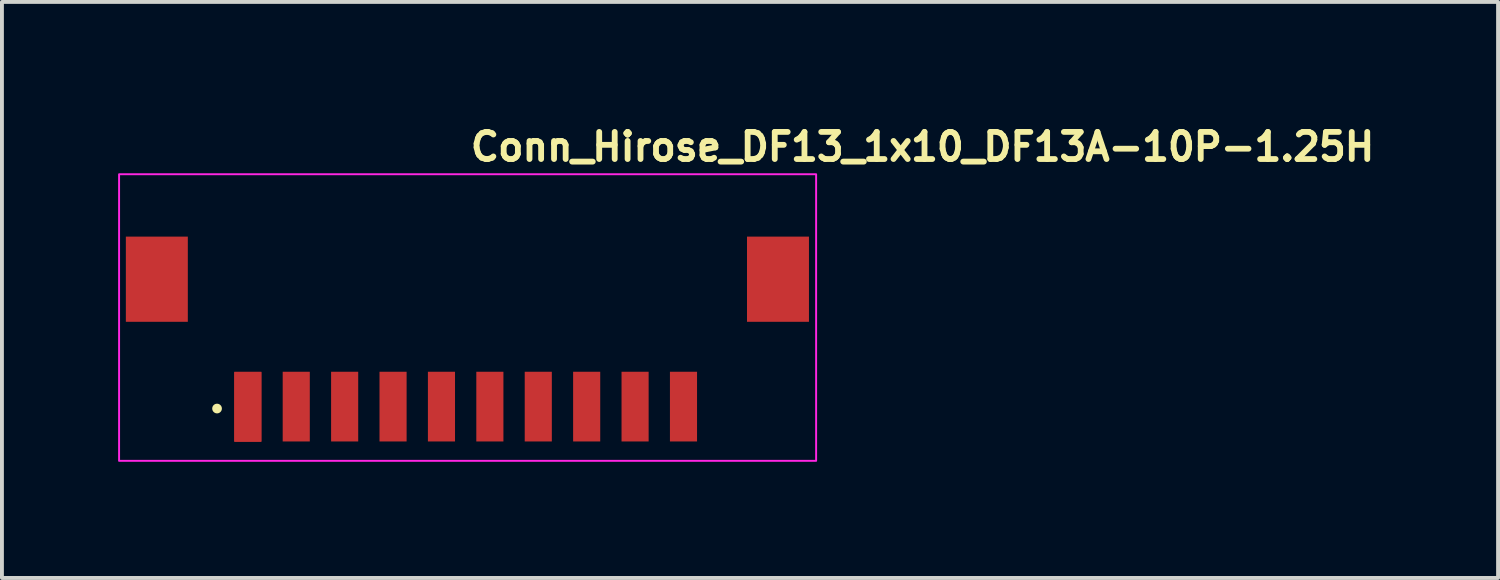
<source format=kicad_pcb>
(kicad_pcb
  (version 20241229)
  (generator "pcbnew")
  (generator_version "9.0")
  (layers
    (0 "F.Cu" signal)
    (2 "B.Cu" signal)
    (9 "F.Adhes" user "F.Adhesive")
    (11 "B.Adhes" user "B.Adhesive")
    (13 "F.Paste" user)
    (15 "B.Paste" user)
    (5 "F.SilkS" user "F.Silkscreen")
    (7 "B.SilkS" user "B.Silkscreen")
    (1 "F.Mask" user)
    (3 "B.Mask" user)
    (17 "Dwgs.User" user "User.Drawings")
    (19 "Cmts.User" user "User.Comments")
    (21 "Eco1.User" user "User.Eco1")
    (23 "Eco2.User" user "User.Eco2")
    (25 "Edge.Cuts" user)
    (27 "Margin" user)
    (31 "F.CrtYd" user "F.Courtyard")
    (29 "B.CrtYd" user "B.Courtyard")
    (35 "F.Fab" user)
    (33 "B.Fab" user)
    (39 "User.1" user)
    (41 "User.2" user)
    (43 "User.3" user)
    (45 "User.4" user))
  (footprint "Conn_Hirose_DF13_1x10_DF13A-10P-1.25H"
    (layer "F.Cu")
    (at 9.025 5.05)
    (property "Reference" "Conn_Hirose_DF13_1x10_DF13A-10P-1.25H" (at 0 -3.9 0) (layer "F.SilkS") (effects (font (size 0.7 0.7) (thickness 0.15)) (justify left bottom)))
    (attr smd)
    (fp_circle (center -6.47 2.45) (end -6.42 2.45) (stroke (width 0.15) (type solid)) (fill yes) (layer "F.SilkS"))
    (fp_rect (start -9 -3.6) (end 9 3.8) (stroke (width 0.05) (type solid)) (fill no) (layer "F.CrtYd"))
    (fp_rect (start -8.575 -3.25) (end 8.575 3.25) (stroke (width 0.1) (type solid)) (fill no) (layer "User.5"))
    (fp_line (start -8.575 -1.45) (end -8.575 -0.8) (stroke (width 0.02) (type solid)) (layer "User.9"))
    (fp_line (start -8.575 -1.45) (end -8.458 -1.45) (stroke (width 0.02) (type solid)) (layer "User.9"))
    (fp_line (start -8.575 -0.8) (end -8.458 -0.8) (stroke (width 0.02) (type solid)) (layer "User.9"))
    (fp_line (start -8.575 -0.3) (end -8.575 -0.8) (stroke (width 0.02) (type solid)) (layer "User.9"))
    (fp_line (start -8.575 -0.3) (end -8.575 0.35) (stroke (width 0.02) (type solid)) (layer "User.9"))
    (fp_line (start -8.575 -0.3) (end -8.458 -0.3) (stroke (width 0.02) (type solid)) (layer "User.9"))
    (fp_line (start -8.575 0.35) (end -8.458 0.35) (stroke (width 0.02) (type solid)) (layer "User.9"))
    (fp_line (start -8.458 -1.45) (end -8.458 -1.45) (stroke (width 0.02) (type solid)) (layer "User.9"))
    (fp_line (start -8.458 -1.45) (end -8.175 -1.45) (stroke (width 0.02) (type solid)) (layer "User.9"))
    (fp_line (start -8.458 -0.8) (end -8.458 -0.8) (stroke (width 0.02) (type solid)) (layer "User.9"))
    (fp_line (start -8.458 -0.8) (end -8.175 -0.8) (stroke (width 0.02) (type solid)) (layer "User.9"))
    (fp_line (start -8.458 -0.3) (end -8.458 -0.3) (stroke (width 0.02) (type solid)) (layer "User.9"))
    (fp_line (start -8.458 -0.3) (end -8.175 -0.3) (stroke (width 0.02) (type solid)) (layer "User.9"))
    (fp_line (start -8.458 0.35) (end -8.458 0.35) (stroke (width 0.02) (type solid)) (layer "User.9"))
    (fp_line (start -8.458 0.35) (end -8.175 0.35) (stroke (width 0.02) (type solid)) (layer "User.9"))
    (fp_line (start -8.375 -0.3) (end -8.375 -0.8) (stroke (width 0.02) (type solid)) (layer "User.9"))
    (fp_line (start -8.175 -0.8) (end -7.775 -0.8) (stroke (width 0.02) (type solid)) (layer "User.9"))
    (fp_line (start -8.175 0.35) (end -7.475 0.35) (stroke (width 0.02) (type solid)) (layer "User.9"))
    (fp_line (start -7.825 -2.25) (end -7.075 -2.25) (stroke (width 0.02) (type solid)) (layer "User.9"))
    (fp_line (start -7.825 -1.45) (end -7.825 -2.25) (stroke (width 0.02) (type solid)) (layer "User.9"))
    (fp_line (start -7.825 1.15) (end -7.825 0.35) (stroke (width 0.02) (type solid)) (layer "User.9"))
    (fp_line (start -7.825 1.15) (end -7.075 1.15) (stroke (width 0.02) (type solid)) (layer "User.9"))
    (fp_line (start -7.775 -0.8) (end -7.775 -0.3) (stroke (width 0.02) (type solid)) (layer "User.9"))
    (fp_line (start -7.775 -0.3) (end -8.175 -0.3) (stroke (width 0.02) (type solid)) (layer "User.9"))
    (fp_line (start -7.475 -1.45) (end -8.175 -1.45) (stroke (width 0.02) (type solid)) (layer "User.9"))
    (fp_line (start -7.475 -1.45) (end -7.192 -1.45) (stroke (width 0.02) (type solid)) (layer "User.9"))
    (fp_line (start -7.475 0.35) (end -7.192 0.35) (stroke (width 0.02) (type solid)) (layer "User.9"))
    (fp_line (start -7.285 -1.75) (end -7.075 -1.75) (stroke (width 0.02) (type solid)) (layer "User.9"))
    (fp_line (start -7.285 -1.45) (end -7.285 -1.75) (stroke (width 0.02) (type solid)) (layer "User.9"))
    (fp_line (start -7.285 0.65) (end -7.285 0.35) (stroke (width 0.02) (type solid)) (layer "User.9"))
    (fp_line (start -7.285 0.65) (end -7.075 0.65) (stroke (width 0.02) (type solid)) (layer "User.9"))
    (fp_line (start -7.275 -1.732) (end -7.275 -1.75) (stroke (width 0.02) (type solid)) (layer "User.9"))
    (fp_line (start -7.275 -1.732) (end -7.275 -1.55) (stroke (width 0.02) (type solid)) (layer "User.9"))
    (fp_line (start -7.275 -1.55) (end -7.075 -1.55) (stroke (width 0.02) (type solid)) (layer "User.9"))
    (fp_line (start -7.275 -1.45) (end -7.275 -1.55) (stroke (width 0.02) (type solid)) (layer "User.9"))
    (fp_line (start -7.275 0.451) (end -7.275 0.35) (stroke (width 0.02) (type solid)) (layer "User.9"))
    (fp_line (start -7.275 0.633) (end -7.275 0.451) (stroke (width 0.02) (type solid)) (layer "User.9"))
    (fp_line (start -7.275 0.65) (end -7.275 0.633) (stroke (width 0.02) (type solid)) (layer "User.9"))
    (fp_line (start -7.192 -1.45) (end -7.192 -1.45) (stroke (width 0.02) (type solid)) (layer "User.9"))
    (fp_line (start -7.192 -1.45) (end -7.075 -1.45) (stroke (width 0.02) (type solid)) (layer "User.9"))
    (fp_line (start -7.192 0.35) (end -7.192 0.35) (stroke (width 0.02) (type solid)) (layer "User.9"))
    (fp_line (start -7.192 0.35) (end -7.075 0.35) (stroke (width 0.02) (type solid)) (layer "User.9"))
    (fp_line (start -7.075 -3.25) (end -6.1 -3.25) (stroke (width 0.02) (type solid)) (layer "User.9"))
    (fp_line (start -7.075 0.451) (end -7.275 0.451) (stroke (width 0.02) (type solid)) (layer "User.9"))
    (fp_line (start -7.075 1.75) (end -7.075 -3.25) (stroke (width 0.02) (type solid)) (layer "User.9"))
    (fp_line (start -6.1 -3.25) (end -6.1 1.75) (stroke (width 0.02) (type solid)) (layer "User.9"))
    (fp_line (start -6.1 0.85) (end 6.1 0.85) (stroke (width 0.02) (type solid)) (layer "User.9"))
    (fp_line (start -6.1 1.75) (end -7.075 1.75) (stroke (width 0.02) (type solid)) (layer "User.9"))
    (fp_line (start -6.1 1.75) (end -5.8 1.75) (stroke (width 0.02) (type solid)) (layer "User.9"))
    (fp_line (start -5.8 -2.35) (end -5.8 -1.45) (stroke (width 0.02) (type solid)) (layer "User.9"))
    (fp_line (start -5.8 -2.35) (end -5.725 -2.65) (stroke (width 0.02) (type solid)) (layer "User.9"))
    (fp_line (start -5.8 -2.35) (end -5.45 -2.35) (stroke (width 0.02) (type solid)) (layer "User.9"))
    (fp_line (start -5.8 1.05) (end -5.8 1.2) (stroke (width 0.02) (type solid)) (layer "User.9"))
    (fp_line (start -5.8 1.05) (end -5.45 1.05) (stroke (width 0.02) (type solid)) (layer "User.9"))
    (fp_line (start -5.8 1.3) (end -5.45 1.3) (stroke (width 0.02) (type solid)) (layer "User.9"))
    (fp_line (start -5.8 1.303) (end -5.8 1.05) (stroke (width 0.02) (type solid)) (layer "User.9"))
    (fp_line (start -5.8 1.303) (end -5.8 1.45) (stroke (width 0.02) (type solid)) (layer "User.9"))
    (fp_line (start -5.8 1.45) (end -5.8 1.45) (stroke (width 0.02) (type solid)) (layer "User.9"))
    (fp_line (start -5.8 1.45) (end -5.8 1.75) (stroke (width 0.02) (type solid)) (layer "User.9"))
    (fp_line (start -5.8 1.75) (end -5.8 2.95) (stroke (width 0.02) (type solid)) (layer "User.9"))
    (fp_line (start -5.8 2.95) (end -5.725 3.25) (stroke (width 0.02) (type solid)) (layer "User.9"))
    (fp_line (start -5.725 3.25) (end -5.525 3.25) (stroke (width 0.02) (type solid)) (layer "User.9"))
    (fp_line (start -5.525 -2.65) (end -5.725 -2.65) (stroke (width 0.02) (type solid)) (layer "User.9"))
    (fp_line (start -5.525 -2.65) (end -5.45 -2.35) (stroke (width 0.02) (type solid)) (layer "User.9"))
    (fp_line (start -5.525 3.25) (end -5.45 2.95) (stroke (width 0.02) (type solid)) (layer "User.9"))
    (fp_line (start -5.45 -2.35) (end -5.45 -1.45) (stroke (width 0.02) (type solid)) (layer "User.9"))
    (fp_line (start -5.45 1.05) (end -5.45 1.2) (stroke (width 0.02) (type solid)) (layer "User.9"))
    (fp_line (start -5.45 1.05) (end -5.449 1.05) (stroke (width 0.02) (type solid)) (layer "User.9"))
    (fp_line (start -5.45 1.2) (end -5.45 1.3) (stroke (width 0.02) (type solid)) (layer "User.9"))
    (fp_line (start -5.45 1.3) (end -5.45 1.432) (stroke (width 0.02) (type solid)) (layer "User.9"))
    (fp_line (start -5.45 1.432) (end -5.45 1.432) (stroke (width 0.02) (type solid)) (layer "User.9"))
    (fp_line (start -5.45 1.432) (end -5.45 1.75) (stroke (width 0.02) (type solid)) (layer "User.9"))
    (fp_line (start -5.45 1.55) (end -5.449 1.55) (stroke (width 0.02) (type solid)) (layer "User.9"))
    (fp_line (start -5.45 1.75) (end -5.45 2.95) (stroke (width 0.02) (type solid)) (layer "User.9"))
    (fp_line (start -5.45 2.95) (end -5.8 2.95) (stroke (width 0.02) (type solid)) (layer "User.9"))
    (fp_line (start -5.449 1.05) (end -5.8 1.05) (stroke (width 0.02) (type solid)) (layer "User.9"))
    (fp_line (start -5.449 1.75) (end -5.449 1.05) (stroke (width 0.02) (type solid)) (layer "User.9"))
    (fp_line (start -4.551 1.05) (end -4.55 1.05) (stroke (width 0.02) (type solid)) (layer "User.9"))
    (fp_line (start -4.551 1.05) (end -4.199 1.05) (stroke (width 0.02) (type solid)) (layer "User.9"))
    (fp_line (start -4.551 1.55) (end -4.55 1.55) (stroke (width 0.02) (type solid)) (layer "User.9"))
    (fp_line (start -4.551 1.75) (end -5.449 1.75) (stroke (width 0.02) (type solid)) (layer "User.9"))
    (fp_line (start -4.551 1.75) (end -4.551 1.05) (stroke (width 0.02) (type solid)) (layer "User.9"))
    (fp_line (start -4.55 -2.35) (end -4.55 -1.45) (stroke (width 0.02) (type solid)) (layer "User.9"))
    (fp_line (start -4.55 -2.35) (end -4.475 -2.65) (stroke (width 0.02) (type solid)) (layer "User.9"))
    (fp_line (start -4.55 -2.35) (end -4.2 -2.35) (stroke (width 0.02) (type solid)) (layer "User.9"))
    (fp_line (start -4.55 1.05) (end -4.55 1.2) (stroke (width 0.02) (type solid)) (layer "User.9"))
    (fp_line (start -4.55 1.2) (end -4.55 1.3) (stroke (width 0.02) (type solid)) (layer "User.9"))
    (fp_line (start -4.55 1.3) (end -4.55 1.432) (stroke (width 0.02) (type solid)) (layer "User.9"))
    (fp_line (start -4.55 1.3) (end -4.2 1.3) (stroke (width 0.02) (type solid)) (layer "User.9"))
    (fp_line (start -4.55 1.432) (end -4.55 1.432) (stroke (width 0.02) (type solid)) (layer "User.9"))
    (fp_line (start -4.55 1.432) (end -4.55 1.75) (stroke (width 0.02) (type solid)) (layer "User.9"))
    (fp_line (start -4.55 1.75) (end -4.55 2.95) (stroke (width 0.02) (type solid)) (layer "User.9"))
    (fp_line (start -4.55 2.95) (end -4.475 3.25) (stroke (width 0.02) (type solid)) (layer "User.9"))
    (fp_line (start -4.475 3.25) (end -4.275 3.25) (stroke (width 0.02) (type solid)) (layer "User.9"))
    (fp_line (start -4.275 -2.65) (end -4.475 -2.65) (stroke (width 0.02) (type solid)) (layer "User.9"))
    (fp_line (start -4.275 -2.65) (end -4.2 -2.35) (stroke (width 0.02) (type solid)) (layer "User.9"))
    (fp_line (start -4.275 3.25) (end -4.2 2.95) (stroke (width 0.02) (type solid)) (layer "User.9"))
    (fp_line (start -4.2 -2.35) (end -4.2 -1.45) (stroke (width 0.02) (type solid)) (layer "User.9"))
    (fp_line (start -4.2 1.05) (end -4.2 1.2) (stroke (width 0.02) (type solid)) (layer "User.9"))
    (fp_line (start -4.2 1.05) (end -4.199 1.05) (stroke (width 0.02) (type solid)) (layer "User.9"))
    (fp_line (start -4.2 1.2) (end -4.2 1.3) (stroke (width 0.02) (type solid)) (layer "User.9"))
    (fp_line (start -4.2 1.3) (end -4.2 1.432) (stroke (width 0.02) (type solid)) (layer "User.9"))
    (fp_line (start -4.2 1.432) (end -4.2 1.432) (stroke (width 0.02) (type solid)) (layer "User.9"))
    (fp_line (start -4.2 1.432) (end -4.2 1.75) (stroke (width 0.02) (type solid)) (layer "User.9"))
    (fp_line (start -4.2 1.55) (end -4.199 1.55) (stroke (width 0.02) (type solid)) (layer "User.9"))
    (fp_line (start -4.2 1.75) (end -4.2 2.95) (stroke (width 0.02) (type solid)) (layer "User.9"))
    (fp_line (start -4.2 2.95) (end -4.55 2.95) (stroke (width 0.02) (type solid)) (layer "User.9"))
    (fp_line (start -4.199 1.75) (end -4.199 1.05) (stroke (width 0.02) (type solid)) (layer "User.9"))
    (fp_line (start -4.199 1.75) (end -3.301 1.75) (stroke (width 0.02) (type solid)) (layer "User.9"))
    (fp_line (start -3.301 1.05) (end -3.3 1.05) (stroke (width 0.02) (type solid)) (layer "User.9"))
    (fp_line (start -3.301 1.05) (end -2.949 1.05) (stroke (width 0.02) (type solid)) (layer "User.9"))
    (fp_line (start -3.301 1.55) (end -3.3 1.55) (stroke (width 0.02) (type solid)) (layer "User.9"))
    (fp_line (start -3.301 1.75) (end -3.301 1.05) (stroke (width 0.02) (type solid)) (layer "User.9"))
    (fp_line (start -3.3 -2.35) (end -3.3 -1.45) (stroke (width 0.02) (type solid)) (layer "User.9"))
    (fp_line (start -3.3 -2.35) (end -3.225 -2.65) (stroke (width 0.02) (type solid)) (layer "User.9"))
    (fp_line (start -3.3 -2.35) (end -2.95 -2.35) (stroke (width 0.02) (type solid)) (layer "User.9"))
    (fp_line (start -3.3 1.05) (end -3.3 1.2) (stroke (width 0.02) (type solid)) (layer "User.9"))
    (fp_line (start -3.3 1.2) (end -3.3 1.3) (stroke (width 0.02) (type solid)) (layer "User.9"))
    (fp_line (start -3.3 1.3) (end -3.3 1.432) (stroke (width 0.02) (type solid)) (layer "User.9"))
    (fp_line (start -3.3 1.3) (end -2.95 1.3) (stroke (width 0.02) (type solid)) (layer "User.9"))
    (fp_line (start -3.3 1.432) (end -3.3 1.432) (stroke (width 0.02) (type solid)) (layer "User.9"))
    (fp_line (start -3.3 1.432) (end -3.3 1.75) (stroke (width 0.02) (type solid)) (layer "User.9"))
    (fp_line (start -3.3 1.75) (end -3.3 2.95) (stroke (width 0.02) (type solid)) (layer "User.9"))
    (fp_line (start -3.3 2.95) (end -3.225 3.25) (stroke (width 0.02) (type solid)) (layer "User.9"))
    (fp_line (start -3.225 3.25) (end -3.025 3.25) (stroke (width 0.02) (type solid)) (layer "User.9"))
    (fp_line (start -3.025 -2.65) (end -3.225 -2.65) (stroke (width 0.02) (type solid)) (layer "User.9"))
    (fp_line (start -3.025 -2.65) (end -2.95 -2.35) (stroke (width 0.02) (type solid)) (layer "User.9"))
    (fp_line (start -3.025 3.25) (end -2.95 2.95) (stroke (width 0.02) (type solid)) (layer "User.9"))
    (fp_line (start -2.95 -2.35) (end -2.95 -1.45) (stroke (width 0.02) (type solid)) (layer "User.9"))
    (fp_line (start -2.95 1.05) (end -2.95 1.2) (stroke (width 0.02) (type solid)) (layer "User.9"))
    (fp_line (start -2.95 1.05) (end -2.949 1.05) (stroke (width 0.02) (type solid)) (layer "User.9"))
    (fp_line (start -2.95 1.2) (end -2.95 1.3) (stroke (width 0.02) (type solid)) (layer "User.9"))
    (fp_line (start -2.95 1.3) (end -2.95 1.432) (stroke (width 0.02) (type solid)) (layer "User.9"))
    (fp_line (start -2.95 1.432) (end -2.95 1.432) (stroke (width 0.02) (type solid)) (layer "User.9"))
    (fp_line (start -2.95 1.432) (end -2.95 1.75) (stroke (width 0.02) (type solid)) (layer "User.9"))
    (fp_line (start -2.95 1.55) (end -2.949 1.55) (stroke (width 0.02) (type solid)) (layer "User.9"))
    (fp_line (start -2.95 1.75) (end -2.95 2.95) (stroke (width 0.02) (type solid)) (layer "User.9"))
    (fp_line (start -2.95 2.95) (end -3.3 2.95) (stroke (width 0.02) (type solid)) (layer "User.9"))
    (fp_line (start -2.949 1.75) (end -2.949 1.05) (stroke (width 0.02) (type solid)) (layer "User.9"))
    (fp_line (start -2.949 1.75) (end -2.051 1.75) (stroke (width 0.02) (type solid)) (layer "User.9"))
    (fp_line (start -2.051 1.05) (end -2.05 1.05) (stroke (width 0.02) (type solid)) (layer "User.9"))
    (fp_line (start -2.051 1.05) (end -1.699 1.05) (stroke (width 0.02) (type solid)) (layer "User.9"))
    (fp_line (start -2.051 1.55) (end -2.05 1.55) (stroke (width 0.02) (type solid)) (layer "User.9"))
    (fp_line (start -2.051 1.75) (end -2.051 1.05) (stroke (width 0.02) (type solid)) (layer "User.9"))
    (fp_line (start -2.05 -2.35) (end -2.05 -1.45) (stroke (width 0.02) (type solid)) (layer "User.9"))
    (fp_line (start -2.05 -2.35) (end -1.975 -2.65) (stroke (width 0.02) (type solid)) (layer "User.9"))
    (fp_line (start -2.05 -2.35) (end -1.7 -2.35) (stroke (width 0.02) (type solid)) (layer "User.9"))
    (fp_line (start -2.05 1.05) (end -2.05 1.2) (stroke (width 0.02) (type solid)) (layer "User.9"))
    (fp_line (start -2.05 1.2) (end -2.05 1.3) (stroke (width 0.02) (type solid)) (layer "User.9"))
    (fp_line (start -2.05 1.3) (end -2.05 1.432) (stroke (width 0.02) (type solid)) (layer "User.9"))
    (fp_line (start -2.05 1.3) (end -1.7 1.3) (stroke (width 0.02) (type solid)) (layer "User.9"))
    (fp_line (start -2.05 1.432) (end -2.05 1.432) (stroke (width 0.02) (type solid)) (layer "User.9"))
    (fp_line (start -2.05 1.432) (end -2.05 1.75) (stroke (width 0.02) (type solid)) (layer "User.9"))
    (fp_line (start -2.05 1.75) (end -2.05 2.95) (stroke (width 0.02) (type solid)) (layer "User.9"))
    (fp_line (start -2.05 2.95) (end -1.975 3.25) (stroke (width 0.02) (type solid)) (layer "User.9"))
    (fp_line (start -1.975 3.25) (end -1.775 3.25) (stroke (width 0.02) (type solid)) (layer "User.9"))
    (fp_line (start -1.775 -2.65) (end -1.975 -2.65) (stroke (width 0.02) (type solid)) (layer "User.9"))
    (fp_line (start -1.775 -2.65) (end -1.7 -2.35) (stroke (width 0.02) (type solid)) (layer "User.9"))
    (fp_line (start -1.775 3.25) (end -1.7 2.95) (stroke (width 0.02) (type solid)) (layer "User.9"))
    (fp_line (start -1.7 -2.35) (end -1.7 -1.45) (stroke (width 0.02) (type solid)) (layer "User.9"))
    (fp_line (start -1.7 1.05) (end -1.7 1.2) (stroke (width 0.02) (type solid)) (layer "User.9"))
    (fp_line (start -1.7 1.05) (end -1.699 1.05) (stroke (width 0.02) (type solid)) (layer "User.9"))
    (fp_line (start -1.7 1.2) (end -1.7 1.3) (stroke (width 0.02) (type solid)) (layer "User.9"))
    (fp_line (start -1.7 1.3) (end -1.7 1.432) (stroke (width 0.02) (type solid)) (layer "User.9"))
    (fp_line (start -1.7 1.432) (end -1.7 1.432) (stroke (width 0.02) (type solid)) (layer "User.9"))
    (fp_line (start -1.7 1.432) (end -1.7 1.75) (stroke (width 0.02) (type solid)) (layer "User.9"))
    (fp_line (start -1.7 1.55) (end -1.699 1.55) (stroke (width 0.02) (type solid)) (layer "User.9"))
    (fp_line (start -1.7 1.75) (end -1.7 2.95) (stroke (width 0.02) (type solid)) (layer "User.9"))
    (fp_line (start -1.7 2.95) (end -2.05 2.95) (stroke (width 0.02) (type solid)) (layer "User.9"))
    (fp_line (start -1.699 1.75) (end -1.699 1.05) (stroke (width 0.02) (type solid)) (layer "User.9"))
    (fp_line (start -1.699 1.75) (end -0.801 1.75) (stroke (width 0.02) (type solid)) (layer "User.9"))
    (fp_line (start -0.801 1.05) (end -0.8 1.05) (stroke (width 0.02) (type solid)) (layer "User.9"))
    (fp_line (start -0.801 1.05) (end -0.449 1.05) (stroke (width 0.02) (type solid)) (layer "User.9"))
    (fp_line (start -0.801 1.55) (end -0.8 1.55) (stroke (width 0.02) (type solid)) (layer "User.9"))
    (fp_line (start -0.801 1.75) (end -0.801 1.05) (stroke (width 0.02) (type solid)) (layer "User.9"))
    (fp_line (start -0.8 -2.35) (end -0.8 -1.45) (stroke (width 0.02) (type solid)) (layer "User.9"))
    (fp_line (start -0.8 -2.35) (end -0.725 -2.65) (stroke (width 0.02) (type solid)) (layer "User.9"))
    (fp_line (start -0.8 -2.35) (end -0.45 -2.35) (stroke (width 0.02) (type solid)) (layer "User.9"))
    (fp_line (start -0.8 1.05) (end -0.8 1.2) (stroke (width 0.02) (type solid)) (layer "User.9"))
    (fp_line (start -0.8 1.2) (end -0.8 1.3) (stroke (width 0.02) (type solid)) (layer "User.9"))
    (fp_line (start -0.8 1.3) (end -0.8 1.432) (stroke (width 0.02) (type solid)) (layer "User.9"))
    (fp_line (start -0.8 1.3) (end -0.45 1.3) (stroke (width 0.02) (type solid)) (layer "User.9"))
    (fp_line (start -0.8 1.432) (end -0.8 1.432) (stroke (width 0.02) (type solid)) (layer "User.9"))
    (fp_line (start -0.8 1.432) (end -0.8 1.75) (stroke (width 0.02) (type solid)) (layer "User.9"))
    (fp_line (start -0.8 1.75) (end -0.8 2.95) (stroke (width 0.02) (type solid)) (layer "User.9"))
    (fp_line (start -0.8 2.95) (end -0.725 3.25) (stroke (width 0.02) (type solid)) (layer "User.9"))
    (fp_line (start -0.725 3.25) (end -0.525 3.25) (stroke (width 0.02) (type solid)) (layer "User.9"))
    (fp_line (start -0.525 -2.65) (end -0.725 -2.65) (stroke (width 0.02) (type solid)) (layer "User.9"))
    (fp_line (start -0.525 -2.65) (end -0.45 -2.35) (stroke (width 0.02) (type solid)) (layer "User.9"))
    (fp_line (start -0.525 3.25) (end -0.45 2.95) (stroke (width 0.02) (type solid)) (layer "User.9"))
    (fp_line (start -0.45 -2.35) (end -0.45 -1.45) (stroke (width 0.02) (type solid)) (layer "User.9"))
    (fp_line (start -0.45 1.05) (end -0.45 1.2) (stroke (width 0.02) (type solid)) (layer "User.9"))
    (fp_line (start -0.45 1.05) (end -0.449 1.05) (stroke (width 0.02) (type solid)) (layer "User.9"))
    (fp_line (start -0.45 1.2) (end -0.45 1.3) (stroke (width 0.02) (type solid)) (layer "User.9"))
    (fp_line (start -0.45 1.3) (end -0.45 1.432) (stroke (width 0.02) (type solid)) (layer "User.9"))
    (fp_line (start -0.45 1.432) (end -0.45 1.432) (stroke (width 0.02) (type solid)) (layer "User.9"))
    (fp_line (start -0.45 1.432) (end -0.45 1.75) (stroke (width 0.02) (type solid)) (layer "User.9"))
    (fp_line (start -0.45 1.55) (end -0.449 1.55) (stroke (width 0.02) (type solid)) (layer "User.9"))
    (fp_line (start -0.45 1.75) (end -0.45 2.95) (stroke (width 0.02) (type solid)) (layer "User.9"))
    (fp_line (start -0.45 2.95) (end -0.8 2.95) (stroke (width 0.02) (type solid)) (layer "User.9"))
    (fp_line (start -0.449 1.75) (end -0.449 1.05) (stroke (width 0.02) (type solid)) (layer "User.9"))
    (fp_line (start 0.449 1.05) (end 0.45 1.05) (stroke (width 0.02) (type solid)) (layer "User.9"))
    (fp_line (start 0.449 1.55) (end 0.45 1.55) (stroke (width 0.02) (type solid)) (layer "User.9"))
    (fp_line (start 0.449 1.75) (end -0.449 1.75) (stroke (width 0.02) (type solid)) (layer "User.9"))
    (fp_line (start 0.449 1.75) (end 0.449 1.05) (stroke (width 0.02) (type solid)) (layer "User.9"))
    (fp_line (start 0.45 -2.35) (end 0.45 -1.45) (stroke (width 0.02) (type solid)) (layer "User.9"))
    (fp_line (start 0.45 -2.35) (end 0.525 -2.65) (stroke (width 0.02) (type solid)) (layer "User.9"))
    (fp_line (start 0.45 -2.35) (end 0.8 -2.35) (stroke (width 0.02) (type solid)) (layer "User.9"))
    (fp_line (start 0.45 1.05) (end 0.45 1.2) (stroke (width 0.02) (type solid)) (layer "User.9"))
    (fp_line (start 0.45 1.2) (end 0.45 1.3) (stroke (width 0.02) (type solid)) (layer "User.9"))
    (fp_line (start 0.45 1.3) (end 0.45 1.432) (stroke (width 0.02) (type solid)) (layer "User.9"))
    (fp_line (start 0.45 1.3) (end 0.8 1.3) (stroke (width 0.02) (type solid)) (layer "User.9"))
    (fp_line (start 0.45 1.432) (end 0.45 1.432) (stroke (width 0.02) (type solid)) (layer "User.9"))
    (fp_line (start 0.45 1.432) (end 0.45 1.75) (stroke (width 0.02) (type solid)) (layer "User.9"))
    (fp_line (start 0.45 1.75) (end 0.45 2.95) (stroke (width 0.02) (type solid)) (layer "User.9"))
    (fp_line (start 0.45 2.95) (end 0.525 3.25) (stroke (width 0.02) (type solid)) (layer "User.9"))
    (fp_line (start 0.525 3.25) (end 0.725 3.25) (stroke (width 0.02) (type solid)) (layer "User.9"))
    (fp_line (start 0.725 -2.65) (end 0.525 -2.65) (stroke (width 0.02) (type solid)) (layer "User.9"))
    (fp_line (start 0.725 -2.65) (end 0.8 -2.35) (stroke (width 0.02) (type solid)) (layer "User.9"))
    (fp_line (start 0.725 3.25) (end 0.8 2.95) (stroke (width 0.02) (type solid)) (layer "User.9"))
    (fp_line (start 0.8 -2.35) (end 0.8 -1.45) (stroke (width 0.02) (type solid)) (layer "User.9"))
    (fp_line (start 0.8 1.05) (end 0.8 1.2) (stroke (width 0.02) (type solid)) (layer "User.9"))
    (fp_line (start 0.8 1.05) (end 0.801 1.05) (stroke (width 0.02) (type solid)) (layer "User.9"))
    (fp_line (start 0.8 1.2) (end 0.8 1.3) (stroke (width 0.02) (type solid)) (layer "User.9"))
    (fp_line (start 0.8 1.3) (end 0.8 1.432) (stroke (width 0.02) (type solid)) (layer "User.9"))
    (fp_line (start 0.8 1.432) (end 0.8 1.432) (stroke (width 0.02) (type solid)) (layer "User.9"))
    (fp_line (start 0.8 1.432) (end 0.8 1.75) (stroke (width 0.02) (type solid)) (layer "User.9"))
    (fp_line (start 0.8 1.55) (end 0.801 1.55) (stroke (width 0.02) (type solid)) (layer "User.9"))
    (fp_line (start 0.8 1.75) (end 0.8 2.95) (stroke (width 0.02) (type solid)) (layer "User.9"))
    (fp_line (start 0.8 2.95) (end 0.45 2.95) (stroke (width 0.02) (type solid)) (layer "User.9"))
    (fp_line (start 0.801 1.05) (end 0.449 1.05) (stroke (width 0.02) (type solid)) (layer "User.9"))
    (fp_line (start 0.801 1.75) (end 0.801 1.05) (stroke (width 0.02) (type solid)) (layer "User.9"))
    (fp_line (start 1.699 1.05) (end 1.7 1.05) (stroke (width 0.02) (type solid)) (layer "User.9"))
    (fp_line (start 1.699 1.55) (end 1.7 1.55) (stroke (width 0.02) (type solid)) (layer "User.9"))
    (fp_line (start 1.699 1.75) (end 0.801 1.75) (stroke (width 0.02) (type solid)) (layer "User.9"))
    (fp_line (start 1.699 1.75) (end 1.699 1.05) (stroke (width 0.02) (type solid)) (layer "User.9"))
    (fp_line (start 1.7 -2.35) (end 1.7 -1.45) (stroke (width 0.02) (type solid)) (layer "User.9"))
    (fp_line (start 1.7 -2.35) (end 1.775 -2.65) (stroke (width 0.02) (type solid)) (layer "User.9"))
    (fp_line (start 1.7 -2.35) (end 2.05 -2.35) (stroke (width 0.02) (type solid)) (layer "User.9"))
    (fp_line (start 1.7 1.05) (end 1.7 1.2) (stroke (width 0.02) (type solid)) (layer "User.9"))
    (fp_line (start 1.7 1.2) (end 1.7 1.3) (stroke (width 0.02) (type solid)) (layer "User.9"))
    (fp_line (start 1.7 1.3) (end 1.7 1.432) (stroke (width 0.02) (type solid)) (layer "User.9"))
    (fp_line (start 1.7 1.3) (end 2.05 1.3) (stroke (width 0.02) (type solid)) (layer "User.9"))
    (fp_line (start 1.7 1.432) (end 1.7 1.432) (stroke (width 0.02) (type solid)) (layer "User.9"))
    (fp_line (start 1.7 1.432) (end 1.7 1.75) (stroke (width 0.02) (type solid)) (layer "User.9"))
    (fp_line (start 1.7 1.75) (end 1.7 2.95) (stroke (width 0.02) (type solid)) (layer "User.9"))
    (fp_line (start 1.7 2.95) (end 1.775 3.25) (stroke (width 0.02) (type solid)) (layer "User.9"))
    (fp_line (start 1.775 3.25) (end 1.975 3.25) (stroke (width 0.02) (type solid)) (layer "User.9"))
    (fp_line (start 1.975 -2.65) (end 1.775 -2.65) (stroke (width 0.02) (type solid)) (layer "User.9"))
    (fp_line (start 1.975 -2.65) (end 2.05 -2.35) (stroke (width 0.02) (type solid)) (layer "User.9"))
    (fp_line (start 1.975 3.25) (end 2.05 2.95) (stroke (width 0.02) (type solid)) (layer "User.9"))
    (fp_line (start 2.05 -2.35) (end 2.05 -1.45) (stroke (width 0.02) (type solid)) (layer "User.9"))
    (fp_line (start 2.05 1.05) (end 2.05 1.2) (stroke (width 0.02) (type solid)) (layer "User.9"))
    (fp_line (start 2.05 1.05) (end 2.051 1.05) (stroke (width 0.02) (type solid)) (layer "User.9"))
    (fp_line (start 2.05 1.2) (end 2.05 1.3) (stroke (width 0.02) (type solid)) (layer "User.9"))
    (fp_line (start 2.05 1.3) (end 2.05 1.432) (stroke (width 0.02) (type solid)) (layer "User.9"))
    (fp_line (start 2.05 1.432) (end 2.05 1.432) (stroke (width 0.02) (type solid)) (layer "User.9"))
    (fp_line (start 2.05 1.432) (end 2.05 1.75) (stroke (width 0.02) (type solid)) (layer "User.9"))
    (fp_line (start 2.05 1.55) (end 2.051 1.55) (stroke (width 0.02) (type solid)) (layer "User.9"))
    (fp_line (start 2.05 1.75) (end 2.05 2.95) (stroke (width 0.02) (type solid)) (layer "User.9"))
    (fp_line (start 2.05 2.95) (end 1.7 2.95) (stroke (width 0.02) (type solid)) (layer "User.9"))
    (fp_line (start 2.051 1.05) (end 1.699 1.05) (stroke (width 0.02) (type solid)) (layer "User.9"))
    (fp_line (start 2.051 1.75) (end 2.051 1.05) (stroke (width 0.02) (type solid)) (layer "User.9"))
    (fp_line (start 2.949 1.05) (end 2.95 1.05) (stroke (width 0.02) (type solid)) (layer "User.9"))
    (fp_line (start 2.949 1.55) (end 2.95 1.55) (stroke (width 0.02) (type solid)) (layer "User.9"))
    (fp_line (start 2.949 1.75) (end 2.051 1.75) (stroke (width 0.02) (type solid)) (layer "User.9"))
    (fp_line (start 2.949 1.75) (end 2.949 1.05) (stroke (width 0.02) (type solid)) (layer "User.9"))
    (fp_line (start 2.95 -2.35) (end 2.95 -1.45) (stroke (width 0.02) (type solid)) (layer "User.9"))
    (fp_line (start 2.95 -2.35) (end 3.025 -2.65) (stroke (width 0.02) (type solid)) (layer "User.9"))
    (fp_line (start 2.95 -2.35) (end 3.3 -2.35) (stroke (width 0.02) (type solid)) (layer "User.9"))
    (fp_line (start 2.95 1.05) (end 2.95 1.2) (stroke (width 0.02) (type solid)) (layer "User.9"))
    (fp_line (start 2.95 1.2) (end 2.95 1.3) (stroke (width 0.02) (type solid)) (layer "User.9"))
    (fp_line (start 2.95 1.3) (end 2.95 1.432) (stroke (width 0.02) (type solid)) (layer "User.9"))
    (fp_line (start 2.95 1.3) (end 3.3 1.3) (stroke (width 0.02) (type solid)) (layer "User.9"))
    (fp_line (start 2.95 1.432) (end 2.95 1.432) (stroke (width 0.02) (type solid)) (layer "User.9"))
    (fp_line (start 2.95 1.432) (end 2.95 1.75) (stroke (width 0.02) (type solid)) (layer "User.9"))
    (fp_line (start 2.95 1.75) (end 2.95 2.95) (stroke (width 0.02) (type solid)) (layer "User.9"))
    (fp_line (start 2.95 2.95) (end 3.025 3.25) (stroke (width 0.02) (type solid)) (layer "User.9"))
    (fp_line (start 3.025 3.25) (end 3.225 3.25) (stroke (width 0.02) (type solid)) (layer "User.9"))
    (fp_line (start 3.225 -2.65) (end 3.025 -2.65) (stroke (width 0.02) (type solid)) (layer "User.9"))
    (fp_line (start 3.225 -2.65) (end 3.3 -2.35) (stroke (width 0.02) (type solid)) (layer "User.9"))
    (fp_line (start 3.225 3.25) (end 3.3 2.95) (stroke (width 0.02) (type solid)) (layer "User.9"))
    (fp_line (start 3.3 -2.35) (end 3.3 -1.45) (stroke (width 0.02) (type solid)) (layer "User.9"))
    (fp_line (start 3.3 1.05) (end 3.3 1.2) (stroke (width 0.02) (type solid)) (layer "User.9"))
    (fp_line (start 3.3 1.05) (end 3.301 1.05) (stroke (width 0.02) (type solid)) (layer "User.9"))
    (fp_line (start 3.3 1.2) (end 3.3 1.3) (stroke (width 0.02) (type solid)) (layer "User.9"))
    (fp_line (start 3.3 1.3) (end 3.3 1.432) (stroke (width 0.02) (type solid)) (layer "User.9"))
    (fp_line (start 3.3 1.432) (end 3.3 1.432) (stroke (width 0.02) (type solid)) (layer "User.9"))
    (fp_line (start 3.3 1.432) (end 3.3 1.75) (stroke (width 0.02) (type solid)) (layer "User.9"))
    (fp_line (start 3.3 1.55) (end 3.301 1.55) (stroke (width 0.02) (type solid)) (layer "User.9"))
    (fp_line (start 3.3 1.75) (end 3.3 2.95) (stroke (width 0.02) (type solid)) (layer "User.9"))
    (fp_line (start 3.3 2.95) (end 2.95 2.95) (stroke (width 0.02) (type solid)) (layer "User.9"))
    (fp_line (start 3.301 1.05) (end 2.949 1.05) (stroke (width 0.02) (type solid)) (layer "User.9"))
    (fp_line (start 3.301 1.75) (end 3.301 1.05) (stroke (width 0.02) (type solid)) (layer "User.9"))
    (fp_line (start 4.199 1.05) (end 4.2 1.05) (stroke (width 0.02) (type solid)) (layer "User.9"))
    (fp_line (start 4.199 1.55) (end 4.2 1.55) (stroke (width 0.02) (type solid)) (layer "User.9"))
    (fp_line (start 4.199 1.75) (end 3.301 1.75) (stroke (width 0.02) (type solid)) (layer "User.9"))
    (fp_line (start 4.199 1.75) (end 4.199 1.05) (stroke (width 0.02) (type solid)) (layer "User.9"))
    (fp_line (start 4.2 -2.35) (end 4.2 -1.45) (stroke (width 0.02) (type solid)) (layer "User.9"))
    (fp_line (start 4.2 -2.35) (end 4.275 -2.65) (stroke (width 0.02) (type solid)) (layer "User.9"))
    (fp_line (start 4.2 -2.35) (end 4.55 -2.35) (stroke (width 0.02) (type solid)) (layer "User.9"))
    (fp_line (start 4.2 1.05) (end 4.2 1.2) (stroke (width 0.02) (type solid)) (layer "User.9"))
    (fp_line (start 4.2 1.2) (end 4.2 1.3) (stroke (width 0.02) (type solid)) (layer "User.9"))
    (fp_line (start 4.2 1.3) (end 4.2 1.432) (stroke (width 0.02) (type solid)) (layer "User.9"))
    (fp_line (start 4.2 1.3) (end 4.55 1.3) (stroke (width 0.02) (type solid)) (layer "User.9"))
    (fp_line (start 4.2 1.432) (end 4.2 1.432) (stroke (width 0.02) (type solid)) (layer "User.9"))
    (fp_line (start 4.2 1.432) (end 4.2 1.75) (stroke (width 0.02) (type solid)) (layer "User.9"))
    (fp_line (start 4.2 1.75) (end 4.2 2.95) (stroke (width 0.02) (type solid)) (layer "User.9"))
    (fp_line (start 4.2 2.95) (end 4.275 3.25) (stroke (width 0.02) (type solid)) (layer "User.9"))
    (fp_line (start 4.275 3.25) (end 4.475 3.25) (stroke (width 0.02) (type solid)) (layer "User.9"))
    (fp_line (start 4.475 -2.65) (end 4.275 -2.65) (stroke (width 0.02) (type solid)) (layer "User.9"))
    (fp_line (start 4.475 -2.65) (end 4.55 -2.35) (stroke (width 0.02) (type solid)) (layer "User.9"))
    (fp_line (start 4.475 3.25) (end 4.55 2.95) (stroke (width 0.02) (type solid)) (layer "User.9"))
    (fp_line (start 4.55 -2.35) (end 4.55 -1.45) (stroke (width 0.02) (type solid)) (layer "User.9"))
    (fp_line (start 4.55 1.05) (end 4.55 1.2) (stroke (width 0.02) (type solid)) (layer "User.9"))
    (fp_line (start 4.55 1.05) (end 4.551 1.05) (stroke (width 0.02) (type solid)) (layer "User.9"))
    (fp_line (start 4.55 1.2) (end 4.55 1.3) (stroke (width 0.02) (type solid)) (layer "User.9"))
    (fp_line (start 4.55 1.3) (end 4.55 1.432) (stroke (width 0.02) (type solid)) (layer "User.9"))
    (fp_line (start 4.55 1.432) (end 4.55 1.432) (stroke (width 0.02) (type solid)) (layer "User.9"))
    (fp_line (start 4.55 1.432) (end 4.55 1.75) (stroke (width 0.02) (type solid)) (layer "User.9"))
    (fp_line (start 4.55 1.55) (end 4.551 1.55) (stroke (width 0.02) (type solid)) (layer "User.9"))
    (fp_line (start 4.55 1.75) (end 4.55 2.95) (stroke (width 0.02) (type solid)) (layer "User.9"))
    (fp_line (start 4.55 2.95) (end 4.2 2.95) (stroke (width 0.02) (type solid)) (layer "User.9"))
    (fp_line (start 4.551 1.05) (end 4.199 1.05) (stroke (width 0.02) (type solid)) (layer "User.9"))
    (fp_line (start 4.551 1.75) (end 4.551 1.05) (stroke (width 0.02) (type solid)) (layer "User.9"))
    (fp_line (start 4.551 1.75) (end 5.449 1.75) (stroke (width 0.02) (type solid)) (layer "User.9"))
    (fp_line (start 5.449 1.05) (end 5.45 1.05) (stroke (width 0.02) (type solid)) (layer "User.9"))
    (fp_line (start 5.449 1.05) (end 5.8 1.05) (stroke (width 0.02) (type solid)) (layer "User.9"))
    (fp_line (start 5.449 1.55) (end 5.45 1.55) (stroke (width 0.02) (type solid)) (layer "User.9"))
    (fp_line (start 5.449 1.75) (end 5.449 1.05) (stroke (width 0.02) (type solid)) (layer "User.9"))
    (fp_line (start 5.45 -2.35) (end 5.45 -1.45) (stroke (width 0.02) (type solid)) (layer "User.9"))
    (fp_line (start 5.45 -2.35) (end 5.525 -2.65) (stroke (width 0.02) (type solid)) (layer "User.9"))
    (fp_line (start 5.45 -2.35) (end 5.8 -2.35) (stroke (width 0.02) (type solid)) (layer "User.9"))
    (fp_line (start 5.45 1.05) (end 5.45 1.2) (stroke (width 0.02) (type solid)) (layer "User.9"))
    (fp_line (start 5.45 1.05) (end 5.8 1.05) (stroke (width 0.02) (type solid)) (layer "User.9"))
    (fp_line (start 5.45 1.2) (end 5.45 1.3) (stroke (width 0.02) (type solid)) (layer "User.9"))
    (fp_line (start 5.45 1.3) (end 5.45 1.432) (stroke (width 0.02) (type solid)) (layer "User.9"))
    (fp_line (start 5.45 1.3) (end 5.8 1.3) (stroke (width 0.02) (type solid)) (layer "User.9"))
    (fp_line (start 5.45 1.432) (end 5.45 1.432) (stroke (width 0.02) (type solid)) (layer "User.9"))
    (fp_line (start 5.45 1.432) (end 5.45 1.75) (stroke (width 0.02) (type solid)) (layer "User.9"))
    (fp_line (start 5.45 1.75) (end 5.45 2.95) (stroke (width 0.02) (type solid)) (layer "User.9"))
    (fp_line (start 5.45 2.95) (end 5.525 3.25) (stroke (width 0.02) (type solid)) (layer "User.9"))
    (fp_line (start 5.525 3.25) (end 5.725 3.25) (stroke (width 0.02) (type solid)) (layer "User.9"))
    (fp_line (start 5.725 -2.65) (end 5.525 -2.65) (stroke (width 0.02) (type solid)) (layer "User.9"))
    (fp_line (start 5.725 -2.65) (end 5.8 -2.35) (stroke (width 0.02) (type solid)) (layer "User.9"))
    (fp_line (start 5.725 3.25) (end 5.8 2.95) (stroke (width 0.02) (type solid)) (layer "User.9"))
    (fp_line (start 5.8 -2.35) (end 5.8 -1.45) (stroke (width 0.02) (type solid)) (layer "User.9"))
    (fp_line (start 5.8 1.05) (end 5.8 1.2) (stroke (width 0.02) (type solid)) (layer "User.9"))
    (fp_line (start 5.8 1.303) (end 5.8 1.05) (stroke (width 0.02) (type solid)) (layer "User.9"))
    (fp_line (start 5.8 1.303) (end 5.8 1.45) (stroke (width 0.02) (type solid)) (layer "User.9"))
    (fp_line (start 5.8 1.45) (end 5.8 1.45) (stroke (width 0.02) (type solid)) (layer "User.9"))
    (fp_line (start 5.8 1.45) (end 5.8 1.75) (stroke (width 0.02) (type solid)) (layer "User.9"))
    (fp_line (start 5.8 1.75) (end 5.8 2.95) (stroke (width 0.02) (type solid)) (layer "User.9"))
    (fp_line (start 5.8 2.95) (end 5.45 2.95) (stroke (width 0.02) (type solid)) (layer "User.9"))
    (fp_line (start 6.1 -3.25) (end -6.1 -3.25) (stroke (width 0.02) (type solid)) (layer "User.9"))
    (fp_line (start 6.1 -3.25) (end 6.1 1.75) (stroke (width 0.02) (type solid)) (layer "User.9"))
    (fp_line (start 6.1 -1.45) (end -6.1 -1.45) (stroke (width 0.02) (type solid)) (layer "User.9"))
    (fp_line (start 6.1 1.75) (end 5.8 1.75) (stroke (width 0.02) (type solid)) (layer "User.9"))
    (fp_line (start 6.1 1.75) (end 7.075 1.75) (stroke (width 0.02) (type solid)) (layer "User.9"))
    (fp_line (start 7.075 -3.25) (end 6.1 -3.25) (stroke (width 0.02) (type solid)) (layer "User.9"))
    (fp_line (start 7.075 0.451) (end 7.275 0.451) (stroke (width 0.02) (type solid)) (layer "User.9"))
    (fp_line (start 7.075 1.75) (end 7.075 -3.25) (stroke (width 0.02) (type solid)) (layer "User.9"))
    (fp_line (start 7.192 -1.45) (end 7.075 -1.45) (stroke (width 0.02) (type solid)) (layer "User.9"))
    (fp_line (start 7.192 -1.45) (end 7.192 -1.45) (stroke (width 0.02) (type solid)) (layer "User.9"))
    (fp_line (start 7.192 0.35) (end 7.075 0.35) (stroke (width 0.02) (type solid)) (layer "User.9"))
    (fp_line (start 7.192 0.35) (end 7.192 0.35) (stroke (width 0.02) (type solid)) (layer "User.9"))
    (fp_line (start 7.275 -1.732) (end 7.275 -1.75) (stroke (width 0.02) (type solid)) (layer "User.9"))
    (fp_line (start 7.275 -1.732) (end 7.275 -1.55) (stroke (width 0.02) (type solid)) (layer "User.9"))
    (fp_line (start 7.275 -1.55) (end 7.075 -1.55) (stroke (width 0.02) (type solid)) (layer "User.9"))
    (fp_line (start 7.275 -1.45) (end 7.275 -1.55) (stroke (width 0.02) (type solid)) (layer "User.9"))
    (fp_line (start 7.275 0.451) (end 7.275 0.35) (stroke (width 0.02) (type solid)) (layer "User.9"))
    (fp_line (start 7.275 0.633) (end 7.275 0.451) (stroke (width 0.02) (type solid)) (layer "User.9"))
    (fp_line (start 7.275 0.65) (end 7.275 0.633) (stroke (width 0.02) (type solid)) (layer "User.9"))
    (fp_line (start 7.285 -1.75) (end 7.075 -1.75) (stroke (width 0.02) (type solid)) (layer "User.9"))
    (fp_line (start 7.285 -1.45) (end 7.285 -1.75) (stroke (width 0.02) (type solid)) (layer "User.9"))
    (fp_line (start 7.285 0.65) (end 7.075 0.65) (stroke (width 0.02) (type solid)) (layer "User.9"))
    (fp_line (start 7.285 0.65) (end 7.285 0.35) (stroke (width 0.02) (type solid)) (layer "User.9"))
    (fp_line (start 7.475 -1.45) (end 7.192 -1.45) (stroke (width 0.02) (type solid)) (layer "User.9"))
    (fp_line (start 7.475 -1.45) (end 8.175 -1.45) (stroke (width 0.02) (type solid)) (layer "User.9"))
    (fp_line (start 7.475 0.35) (end 7.192 0.35) (stroke (width 0.02) (type solid)) (layer "User.9"))
    (fp_line (start 7.775 -0.8) (end 7.775 -0.3) (stroke (width 0.02) (type solid)) (layer "User.9"))
    (fp_line (start 7.775 -0.3) (end 8.175 -0.3) (stroke (width 0.02) (type solid)) (layer "User.9"))
    (fp_line (start 7.825 -2.25) (end 7.075 -2.25) (stroke (width 0.02) (type solid)) (layer "User.9"))
    (fp_line (start 7.825 -1.45) (end 7.825 -2.25) (stroke (width 0.02) (type solid)) (layer "User.9"))
    (fp_line (start 7.825 1.15) (end 7.075 1.15) (stroke (width 0.02) (type solid)) (layer "User.9"))
    (fp_line (start 7.825 1.15) (end 7.825 0.35) (stroke (width 0.02) (type solid)) (layer "User.9"))
    (fp_line (start 8.175 -0.8) (end 7.775 -0.8) (stroke (width 0.02) (type solid)) (layer "User.9"))
    (fp_line (start 8.175 0.35) (end 7.475 0.35) (stroke (width 0.02) (type solid)) (layer "User.9"))
    (fp_line (start 8.375 -0.3) (end 8.375 -0.8) (stroke (width 0.02) (type solid)) (layer "User.9"))
    (fp_line (start 8.458 -1.45) (end 8.175 -1.45) (stroke (width 0.02) (type solid)) (layer "User.9"))
    (fp_line (start 8.458 -1.45) (end 8.458 -1.45) (stroke (width 0.02) (type solid)) (layer "User.9"))
    (fp_line (start 8.458 -0.8) (end 8.175 -0.8) (stroke (width 0.02) (type solid)) (layer "User.9"))
    (fp_line (start 8.458 -0.8) (end 8.458 -0.8) (stroke (width 0.02) (type solid)) (layer "User.9"))
    (fp_line (start 8.458 -0.3) (end 8.175 -0.3) (stroke (width 0.02) (type solid)) (layer "User.9"))
    (fp_line (start 8.458 -0.3) (end 8.458 -0.3) (stroke (width 0.02) (type solid)) (layer "User.9"))
    (fp_line (start 8.458 0.35) (end 8.175 0.35) (stroke (width 0.02) (type solid)) (layer "User.9"))
    (fp_line (start 8.458 0.35) (end 8.458 0.35) (stroke (width 0.02) (type solid)) (layer "User.9"))
    (fp_line (start 8.575 -1.45) (end 8.458 -1.45) (stroke (width 0.02) (type solid)) (layer "User.9"))
    (fp_line (start 8.575 -1.45) (end 8.575 -0.8) (stroke (width 0.02) (type solid)) (layer "User.9"))
    (fp_line (start 8.575 -0.8) (end 8.458 -0.8) (stroke (width 0.02) (type solid)) (layer "User.9"))
    (fp_line (start 8.575 -0.3) (end 8.458 -0.3) (stroke (width 0.02) (type solid)) (layer "User.9"))
    (fp_line (start 8.575 -0.3) (end 8.575 -0.8) (stroke (width 0.02) (type solid)) (layer "User.9"))
    (fp_line (start 8.575 -0.3) (end 8.575 0.35) (stroke (width 0.02) (type solid)) (layer "User.9"))
    (fp_line (start 8.575 0.35) (end 8.458 0.35) (stroke (width 0.02) (type solid)) (layer "User.9"))
    (pad "1" smd rect (at -5.675 2.4 180) (size 0.7 1.8) (layers "F.Cu" "F.Mask" "F.Paste"))
    (pad "1" smd rect (at -5.675 2.41 180) (size 0.7 1.8) (layers "F.Cu" "F.Mask" "F.Paste"))
    (pad "2" smd rect (at -4.425 2.4 180) (size 0.7 1.8) (layers "F.Cu" "F.Mask" "F.Paste"))
    (pad "3" smd rect (at -3.175 2.4 180) (size 0.7 1.8) (layers "F.Cu" "F.Mask" "F.Paste"))
    (pad "4" smd rect (at -1.925 2.4 180) (size 0.7 1.8) (layers "F.Cu" "F.Mask" "F.Paste"))
    (pad "5" smd rect (at -0.675 2.4 180) (size 0.7 1.8) (layers "F.Cu" "F.Mask" "F.Paste"))
    (pad "6" smd rect (at 0.575 2.4 180) (size 0.7 1.8) (layers "F.Cu" "F.Mask" "F.Paste"))
    (pad "7" smd rect (at 1.825 2.4 180) (size 0.7 1.8) (layers "F.Cu" "F.Mask" "F.Paste"))
    (pad "8" smd rect (at 3.075 2.4 180) (size 0.7 1.8) (layers "F.Cu" "F.Mask" "F.Paste"))
    (pad "9" smd rect (at 4.325 2.4 180) (size 0.7 1.8) (layers "F.Cu" "F.Mask" "F.Paste"))
    (pad "10" smd rect (at 5.575 2.4 180) (size 0.7 1.8) (layers "F.Cu" "F.Mask" "F.Paste"))
    (pad "MP" smd rect (at -8.025 -0.89 180) (size 1.6 2.2) (layers "F.Cu" "F.Mask" "F.Paste"))
    (pad "MP" smd rect (at 8.015 -0.89 180) (size 1.6 2.2) (layers "F.Cu" "F.Mask" "F.Paste")))
  (gr_rect
    (start -3 -3)
    (end 35.635 11.875)
    (stroke (width 0.1) (type default))
    (fill no)
    (layer "Edge.Cuts")))
</source>
